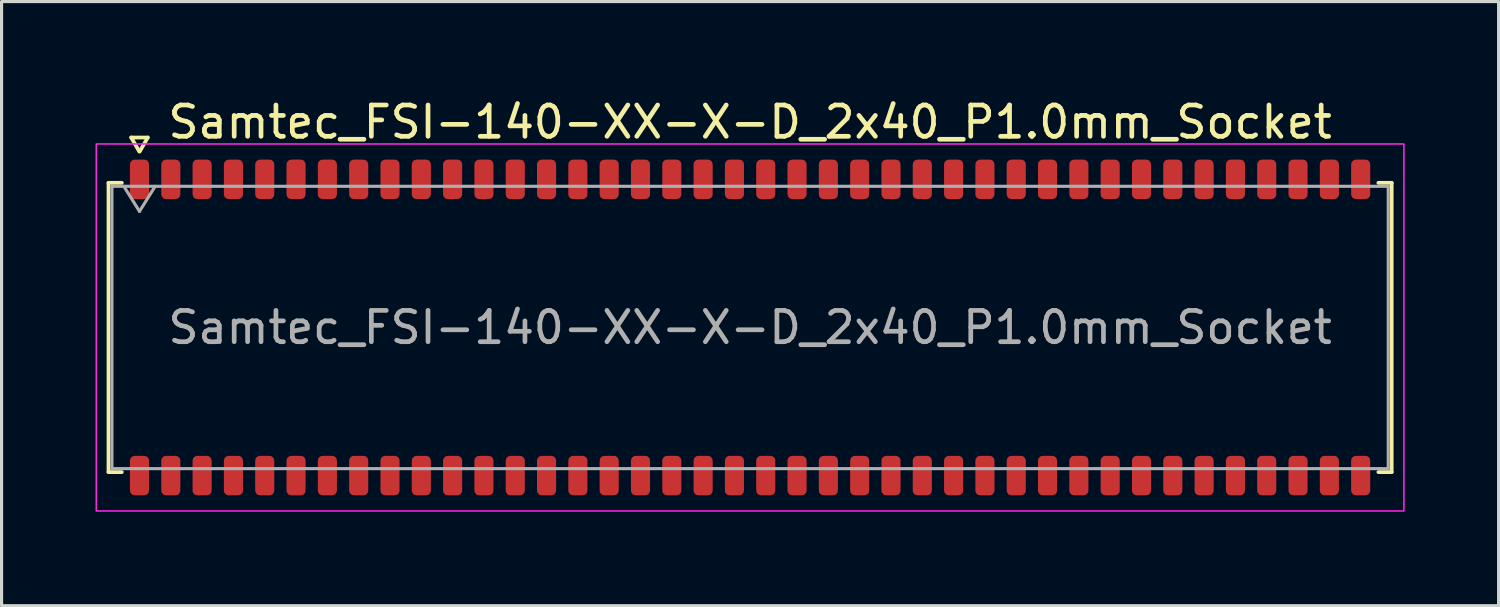
<source format=kicad_pcb>
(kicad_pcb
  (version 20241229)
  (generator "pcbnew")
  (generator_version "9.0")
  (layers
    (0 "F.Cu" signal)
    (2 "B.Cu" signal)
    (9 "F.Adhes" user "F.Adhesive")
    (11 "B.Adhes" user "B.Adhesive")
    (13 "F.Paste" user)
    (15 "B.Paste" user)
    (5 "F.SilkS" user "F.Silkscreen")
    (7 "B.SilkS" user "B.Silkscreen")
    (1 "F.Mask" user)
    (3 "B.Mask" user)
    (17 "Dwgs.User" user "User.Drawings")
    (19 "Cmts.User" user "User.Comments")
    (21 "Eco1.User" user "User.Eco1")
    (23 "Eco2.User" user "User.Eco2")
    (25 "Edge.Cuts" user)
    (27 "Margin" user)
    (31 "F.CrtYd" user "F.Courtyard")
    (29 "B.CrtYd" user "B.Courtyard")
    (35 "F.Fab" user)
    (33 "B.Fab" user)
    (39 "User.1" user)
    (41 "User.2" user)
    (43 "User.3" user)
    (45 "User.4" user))
  (footprint "Samtec_FSI-140-XX-X-D_2x40_P1.0mm_Socket"
    (layer "F.Cu")
    (at 20.905 7.408)
    (property "Reference" "Samtec_FSI-140-XX-X-D_2x40_P1.0mm_Socket" (at 0 -6.56 0) (layer "F.SilkS") (effects (font (size 1 1) (thickness 0.15))))
    (attr smd)
    (fp_line (start -20.49 -4.619) (end -20.065 -4.619) (stroke (width 0.12) (type solid)) (layer "F.SilkS"))
    (fp_line (start -20.49 4.619) (end -20.49 -4.619) (stroke (width 0.12) (type solid)) (layer "F.SilkS"))
    (fp_line (start -20.065 4.619) (end -20.49 4.619) (stroke (width 0.12) (type solid)) (layer "F.SilkS"))
    (fp_line (start -19.764 -6.066) (end -19.507 -5.62) (stroke (width 0.12) (type solid)) (layer "F.SilkS"))
    (fp_line (start -19.493 -5.62) (end -19.236 -6.066) (stroke (width 0.12) (type solid)) (layer "F.SilkS"))
    (fp_line (start -19.236 -6.066) (end -19.764 -6.066) (stroke (width 0.12) (type solid)) (layer "F.SilkS"))
    (fp_line (start 20.065 -4.619) (end 20.49 -4.619) (stroke (width 0.12) (type solid)) (layer "F.SilkS"))
    (fp_line (start 20.49 -4.619) (end 20.49 4.619) (stroke (width 0.12) (type solid)) (layer "F.SilkS"))
    (fp_line (start 20.49 4.619) (end 20.065 4.619) (stroke (width 0.12) (type solid)) (layer "F.SilkS"))
    (fp_rect (start -20.88 -5.86) (end 20.88 5.86) (stroke (width 0.05) (type solid)) (fill no) (layer "F.CrtYd"))
    (fp_line (start -20.38 -4.508) (end 20.38 -4.508) (stroke (width 0.1) (type solid)) (layer "F.Fab"))
    (fp_line (start -20.38 4.508) (end -20.38 -4.508) (stroke (width 0.1) (type solid)) (layer "F.Fab"))
    (fp_line (start -20 -4.508) (end -19.5 -3.708) (stroke (width 0.1) (type solid)) (layer "F.Fab"))
    (fp_line (start -19.5 -3.708) (end -19 -4.508) (stroke (width 0.1) (type solid)) (layer "F.Fab"))
    (fp_line (start 20.38 -4.508) (end 20.38 4.508) (stroke (width 0.1) (type solid)) (layer "F.Fab"))
    (fp_line (start 20.38 4.508) (end -20.38 4.508) (stroke (width 0.1) (type solid)) (layer "F.Fab"))
    (fp_text user "${REFERENCE}" (at 0 0 0) (layer "F.Fab") (effects (font (size 1 1) (thickness 0.15))))
    (pad "1" smd roundrect (at -19.5 -4.73) (size 0.61 1.26) (layers "F.Cu" "F.Mask" "F.Paste") (roundrect_rratio 0.25))
    (pad "2" smd roundrect (at -19.5 4.73) (size 0.61 1.26) (layers "F.Cu" "F.Mask" "F.Paste") (roundrect_rratio 0.25))
    (pad "3" smd roundrect (at -18.5 -4.73) (size 0.61 1.26) (layers "F.Cu" "F.Mask" "F.Paste") (roundrect_rratio 0.25))
    (pad "4" smd roundrect (at -18.5 4.73) (size 0.61 1.26) (layers "F.Cu" "F.Mask" "F.Paste") (roundrect_rratio 0.25))
    (pad "5" smd roundrect (at -17.5 -4.73) (size 0.61 1.26) (layers "F.Cu" "F.Mask" "F.Paste") (roundrect_rratio 0.25))
    (pad "6" smd roundrect (at -17.5 4.73) (size 0.61 1.26) (layers "F.Cu" "F.Mask" "F.Paste") (roundrect_rratio 0.25))
    (pad "7" smd roundrect (at -16.5 -4.73) (size 0.61 1.26) (layers "F.Cu" "F.Mask" "F.Paste") (roundrect_rratio 0.25))
    (pad "8" smd roundrect (at -16.5 4.73) (size 0.61 1.26) (layers "F.Cu" "F.Mask" "F.Paste") (roundrect_rratio 0.25))
    (pad "9" smd roundrect (at -15.5 -4.73) (size 0.61 1.26) (layers "F.Cu" "F.Mask" "F.Paste") (roundrect_rratio 0.25))
    (pad "10" smd roundrect (at -15.5 4.73) (size 0.61 1.26) (layers "F.Cu" "F.Mask" "F.Paste") (roundrect_rratio 0.25))
    (pad "11" smd roundrect (at -14.5 -4.73) (size 0.61 1.26) (layers "F.Cu" "F.Mask" "F.Paste") (roundrect_rratio 0.25))
    (pad "12" smd roundrect (at -14.5 4.73) (size 0.61 1.26) (layers "F.Cu" "F.Mask" "F.Paste") (roundrect_rratio 0.25))
    (pad "13" smd roundrect (at -13.5 -4.73) (size 0.61 1.26) (layers "F.Cu" "F.Mask" "F.Paste") (roundrect_rratio 0.25))
    (pad "14" smd roundrect (at -13.5 4.73) (size 0.61 1.26) (layers "F.Cu" "F.Mask" "F.Paste") (roundrect_rratio 0.25))
    (pad "15" smd roundrect (at -12.5 -4.73) (size 0.61 1.26) (layers "F.Cu" "F.Mask" "F.Paste") (roundrect_rratio 0.25))
    (pad "16" smd roundrect (at -12.5 4.73) (size 0.61 1.26) (layers "F.Cu" "F.Mask" "F.Paste") (roundrect_rratio 0.25))
    (pad "17" smd roundrect (at -11.5 -4.73) (size 0.61 1.26) (layers "F.Cu" "F.Mask" "F.Paste") (roundrect_rratio 0.25))
    (pad "18" smd roundrect (at -11.5 4.73) (size 0.61 1.26) (layers "F.Cu" "F.Mask" "F.Paste") (roundrect_rratio 0.25))
    (pad "19" smd roundrect (at -10.5 -4.73) (size 0.61 1.26) (layers "F.Cu" "F.Mask" "F.Paste") (roundrect_rratio 0.25))
    (pad "20" smd roundrect (at -10.5 4.73) (size 0.61 1.26) (layers "F.Cu" "F.Mask" "F.Paste") (roundrect_rratio 0.25))
    (pad "21" smd roundrect (at -9.5 -4.73) (size 0.61 1.26) (layers "F.Cu" "F.Mask" "F.Paste") (roundrect_rratio 0.25))
    (pad "22" smd roundrect (at -9.5 4.73) (size 0.61 1.26) (layers "F.Cu" "F.Mask" "F.Paste") (roundrect_rratio 0.25))
    (pad "23" smd roundrect (at -8.5 -4.73) (size 0.61 1.26) (layers "F.Cu" "F.Mask" "F.Paste") (roundrect_rratio 0.25))
    (pad "24" smd roundrect (at -8.5 4.73) (size 0.61 1.26) (layers "F.Cu" "F.Mask" "F.Paste") (roundrect_rratio 0.25))
    (pad "25" smd roundrect (at -7.5 -4.73) (size 0.61 1.26) (layers "F.Cu" "F.Mask" "F.Paste") (roundrect_rratio 0.25))
    (pad "26" smd roundrect (at -7.5 4.73) (size 0.61 1.26) (layers "F.Cu" "F.Mask" "F.Paste") (roundrect_rratio 0.25))
    (pad "27" smd roundrect (at -6.5 -4.73) (size 0.61 1.26) (layers "F.Cu" "F.Mask" "F.Paste") (roundrect_rratio 0.25))
    (pad "28" smd roundrect (at -6.5 4.73) (size 0.61 1.26) (layers "F.Cu" "F.Mask" "F.Paste") (roundrect_rratio 0.25))
    (pad "29" smd roundrect (at -5.5 -4.73) (size 0.61 1.26) (layers "F.Cu" "F.Mask" "F.Paste") (roundrect_rratio 0.25))
    (pad "30" smd roundrect (at -5.5 4.73) (size 0.61 1.26) (layers "F.Cu" "F.Mask" "F.Paste") (roundrect_rratio 0.25))
    (pad "31" smd roundrect (at -4.5 -4.73) (size 0.61 1.26) (layers "F.Cu" "F.Mask" "F.Paste") (roundrect_rratio 0.25))
    (pad "32" smd roundrect (at -4.5 4.73) (size 0.61 1.26) (layers "F.Cu" "F.Mask" "F.Paste") (roundrect_rratio 0.25))
    (pad "33" smd roundrect (at -3.5 -4.73) (size 0.61 1.26) (layers "F.Cu" "F.Mask" "F.Paste") (roundrect_rratio 0.25))
    (pad "34" smd roundrect (at -3.5 4.73) (size 0.61 1.26) (layers "F.Cu" "F.Mask" "F.Paste") (roundrect_rratio 0.25))
    (pad "35" smd roundrect (at -2.5 -4.73) (size 0.61 1.26) (layers "F.Cu" "F.Mask" "F.Paste") (roundrect_rratio 0.25))
    (pad "36" smd roundrect (at -2.5 4.73) (size 0.61 1.26) (layers "F.Cu" "F.Mask" "F.Paste") (roundrect_rratio 0.25))
    (pad "37" smd roundrect (at -1.5 -4.73) (size 0.61 1.26) (layers "F.Cu" "F.Mask" "F.Paste") (roundrect_rratio 0.25))
    (pad "38" smd roundrect (at -1.5 4.73) (size 0.61 1.26) (layers "F.Cu" "F.Mask" "F.Paste") (roundrect_rratio 0.25))
    (pad "39" smd roundrect (at -0.5 -4.73) (size 0.61 1.26) (layers "F.Cu" "F.Mask" "F.Paste") (roundrect_rratio 0.25))
    (pad "40" smd roundrect (at -0.5 4.73) (size 0.61 1.26) (layers "F.Cu" "F.Mask" "F.Paste") (roundrect_rratio 0.25))
    (pad "41" smd roundrect (at 0.5 -4.73) (size 0.61 1.26) (layers "F.Cu" "F.Mask" "F.Paste") (roundrect_rratio 0.25))
    (pad "42" smd roundrect (at 0.5 4.73) (size 0.61 1.26) (layers "F.Cu" "F.Mask" "F.Paste") (roundrect_rratio 0.25))
    (pad "43" smd roundrect (at 1.5 -4.73) (size 0.61 1.26) (layers "F.Cu" "F.Mask" "F.Paste") (roundrect_rratio 0.25))
    (pad "44" smd roundrect (at 1.5 4.73) (size 0.61 1.26) (layers "F.Cu" "F.Mask" "F.Paste") (roundrect_rratio 0.25))
    (pad "45" smd roundrect (at 2.5 -4.73) (size 0.61 1.26) (layers "F.Cu" "F.Mask" "F.Paste") (roundrect_rratio 0.25))
    (pad "46" smd roundrect (at 2.5 4.73) (size 0.61 1.26) (layers "F.Cu" "F.Mask" "F.Paste") (roundrect_rratio 0.25))
    (pad "47" smd roundrect (at 3.5 -4.73) (size 0.61 1.26) (layers "F.Cu" "F.Mask" "F.Paste") (roundrect_rratio 0.25))
    (pad "48" smd roundrect (at 3.5 4.73) (size 0.61 1.26) (layers "F.Cu" "F.Mask" "F.Paste") (roundrect_rratio 0.25))
    (pad "49" smd roundrect (at 4.5 -4.73) (size 0.61 1.26) (layers "F.Cu" "F.Mask" "F.Paste") (roundrect_rratio 0.25))
    (pad "50" smd roundrect (at 4.5 4.73) (size 0.61 1.26) (layers "F.Cu" "F.Mask" "F.Paste") (roundrect_rratio 0.25))
    (pad "51" smd roundrect (at 5.5 -4.73) (size 0.61 1.26) (layers "F.Cu" "F.Mask" "F.Paste") (roundrect_rratio 0.25))
    (pad "52" smd roundrect (at 5.5 4.73) (size 0.61 1.26) (layers "F.Cu" "F.Mask" "F.Paste") (roundrect_rratio 0.25))
    (pad "53" smd roundrect (at 6.5 -4.73) (size 0.61 1.26) (layers "F.Cu" "F.Mask" "F.Paste") (roundrect_rratio 0.25))
    (pad "54" smd roundrect (at 6.5 4.73) (size 0.61 1.26) (layers "F.Cu" "F.Mask" "F.Paste") (roundrect_rratio 0.25))
    (pad "55" smd roundrect (at 7.5 -4.73) (size 0.61 1.26) (layers "F.Cu" "F.Mask" "F.Paste") (roundrect_rratio 0.25))
    (pad "56" smd roundrect (at 7.5 4.73) (size 0.61 1.26) (layers "F.Cu" "F.Mask" "F.Paste") (roundrect_rratio 0.25))
    (pad "57" smd roundrect (at 8.5 -4.73) (size 0.61 1.26) (layers "F.Cu" "F.Mask" "F.Paste") (roundrect_rratio 0.25))
    (pad "58" smd roundrect (at 8.5 4.73) (size 0.61 1.26) (layers "F.Cu" "F.Mask" "F.Paste") (roundrect_rratio 0.25))
    (pad "59" smd roundrect (at 9.5 -4.73) (size 0.61 1.26) (layers "F.Cu" "F.Mask" "F.Paste") (roundrect_rratio 0.25))
    (pad "60" smd roundrect (at 9.5 4.73) (size 0.61 1.26) (layers "F.Cu" "F.Mask" "F.Paste") (roundrect_rratio 0.25))
    (pad "61" smd roundrect (at 10.5 -4.73) (size 0.61 1.26) (layers "F.Cu" "F.Mask" "F.Paste") (roundrect_rratio 0.25))
    (pad "62" smd roundrect (at 10.5 4.73) (size 0.61 1.26) (layers "F.Cu" "F.Mask" "F.Paste") (roundrect_rratio 0.25))
    (pad "63" smd roundrect (at 11.5 -4.73) (size 0.61 1.26) (layers "F.Cu" "F.Mask" "F.Paste") (roundrect_rratio 0.25))
    (pad "64" smd roundrect (at 11.5 4.73) (size 0.61 1.26) (layers "F.Cu" "F.Mask" "F.Paste") (roundrect_rratio 0.25))
    (pad "65" smd roundrect (at 12.5 -4.73) (size 0.61 1.26) (layers "F.Cu" "F.Mask" "F.Paste") (roundrect_rratio 0.25))
    (pad "66" smd roundrect (at 12.5 4.73) (size 0.61 1.26) (layers "F.Cu" "F.Mask" "F.Paste") (roundrect_rratio 0.25))
    (pad "67" smd roundrect (at 13.5 -4.73) (size 0.61 1.26) (layers "F.Cu" "F.Mask" "F.Paste") (roundrect_rratio 0.25))
    (pad "68" smd roundrect (at 13.5 4.73) (size 0.61 1.26) (layers "F.Cu" "F.Mask" "F.Paste") (roundrect_rratio 0.25))
    (pad "69" smd roundrect (at 14.5 -4.73) (size 0.61 1.26) (layers "F.Cu" "F.Mask" "F.Paste") (roundrect_rratio 0.25))
    (pad "70" smd roundrect (at 14.5 4.73) (size 0.61 1.26) (layers "F.Cu" "F.Mask" "F.Paste") (roundrect_rratio 0.25))
    (pad "71" smd roundrect (at 15.5 -4.73) (size 0.61 1.26) (layers "F.Cu" "F.Mask" "F.Paste") (roundrect_rratio 0.25))
    (pad "72" smd roundrect (at 15.5 4.73) (size 0.61 1.26) (layers "F.Cu" "F.Mask" "F.Paste") (roundrect_rratio 0.25))
    (pad "73" smd roundrect (at 16.5 -4.73) (size 0.61 1.26) (layers "F.Cu" "F.Mask" "F.Paste") (roundrect_rratio 0.25))
    (pad "74" smd roundrect (at 16.5 4.73) (size 0.61 1.26) (layers "F.Cu" "F.Mask" "F.Paste") (roundrect_rratio 0.25))
    (pad "75" smd roundrect (at 17.5 -4.73) (size 0.61 1.26) (layers "F.Cu" "F.Mask" "F.Paste") (roundrect_rratio 0.25))
    (pad "76" smd roundrect (at 17.5 4.73) (size 0.61 1.26) (layers "F.Cu" "F.Mask" "F.Paste") (roundrect_rratio 0.25))
    (pad "77" smd roundrect (at 18.5 -4.73) (size 0.61 1.26) (layers "F.Cu" "F.Mask" "F.Paste") (roundrect_rratio 0.25))
    (pad "78" smd roundrect (at 18.5 4.73) (size 0.61 1.26) (layers "F.Cu" "F.Mask" "F.Paste") (roundrect_rratio 0.25))
    (pad "79" smd roundrect (at 19.5 -4.73) (size 0.61 1.26) (layers "F.Cu" "F.Mask" "F.Paste") (roundrect_rratio 0.25))
    (pad "80" smd roundrect (at 19.5 4.73) (size 0.61 1.26) (layers "F.Cu" "F.Mask" "F.Paste") (roundrect_rratio 0.25)))
  (gr_rect
    (start -3 -3)
    (end 44.81 16.293)
    (stroke (width 0.1) (type default))
    (fill no)
    (layer "Edge.Cuts")))
</source>
